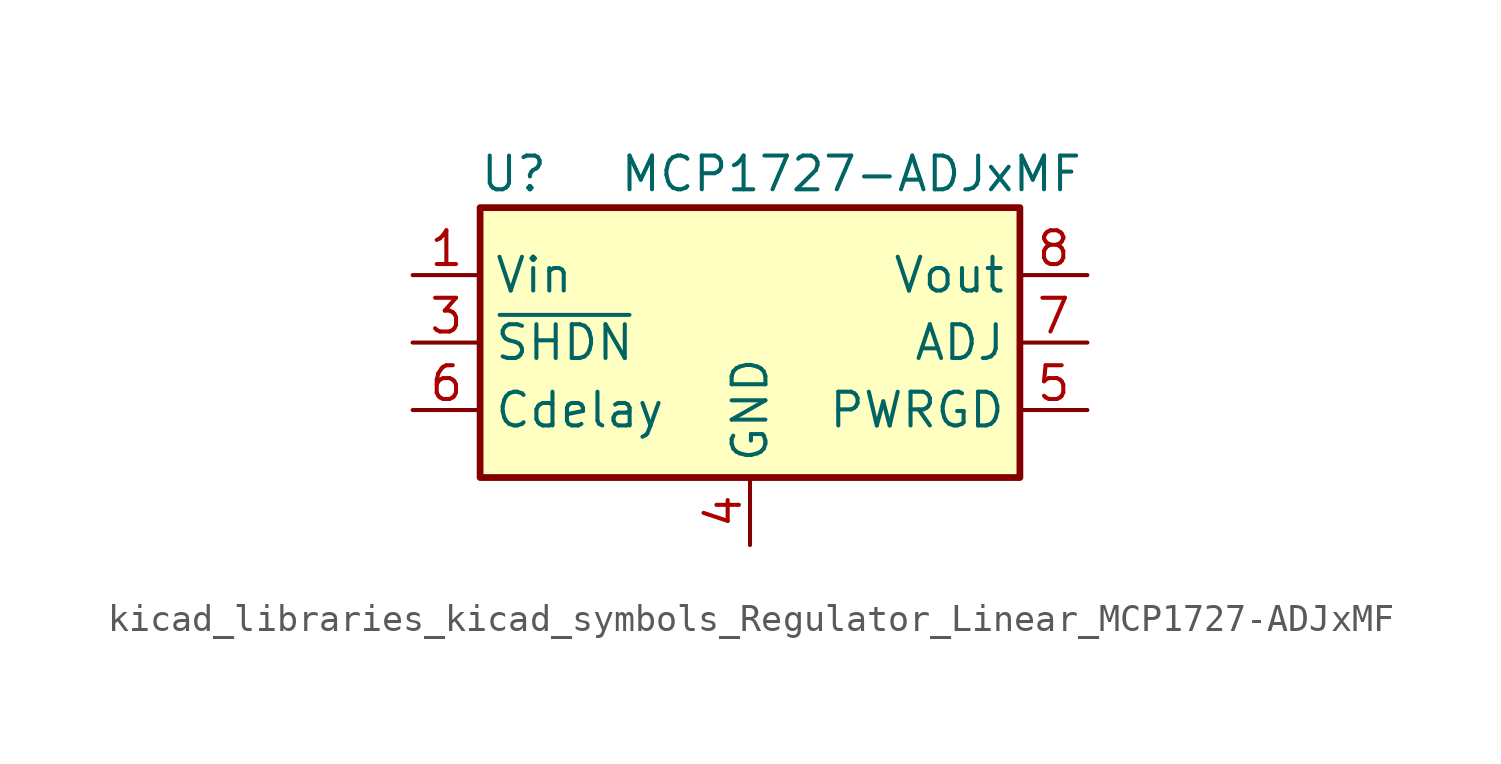
<source format=kicad_sym>
(kicad_symbol_lib
  (version 20220914)
  (generator kicad_symbol_editor)
  (symbol "kicad_libraries_kicad_symbols_Regulator_Linear_MCP1727-ADJxMF"
    (property "Reference" "U"
      (at -8.89 6.35 0)
      (effects (font (size 1.27 1.27))))
    (property "Value" "MCP1727-ADJxMF"
      (at 3.81 6.35 0)
      (effects (font (size 1.27 1.27))))
    (symbol "kicad_libraries_kicad_symbols_Regulator_Linear_MCP1727-ADJxMF_0_0"
      (pin power_in line (at 0 -7.62 90) (length 2.54) (name "GND" (effects (font (size 1.27 1.27)))) (number "4" (effects (font (size 1.27 1.27)))))
      (pin open_collector line (at 12.7 -2.54 180) (length 2.54) (name "PWRGD" (effects (font (size 1.27 1.27)))) (number "5" (effects (font (size 1.27 1.27)))))
      (pin input line (at -12.7 -2.54 0) (length 2.54) (name "Cdelay" (effects (font (size 1.27 1.27)))) (number "6" (effects (font (size 1.27 1.27)))))
      (pin input line (at 12.7 0 180) (length 2.54) (name "ADJ" (effects (font (size 1.27 1.27)))) (number "7" (effects (font (size 1.27 1.27)))))
      (pin power_out line (at 12.7 2.54 180) (length 2.54) (name "Vout" (effects (font (size 1.27 1.27)))) (number "8" (effects (font (size 1.27 1.27)))))
      (pin passive line (at 0 -7.62 90) (length 2.54) hide (name "GND" (effects (font (size 1.27 1.27)))) (number "9" (effects (font (size 1.27 1.27))))))
    (symbol "kicad_libraries_kicad_symbols_Regulator_Linear_MCP1727-ADJxMF_0_1"
      (rectangle (start -10.16 5.08) (end 10.16 -5.08) (stroke (width 0.254) (type default)) (fill (type background))))
    (symbol "kicad_libraries_kicad_symbols_Regulator_Linear_MCP1727-ADJxMF_1_1"
      (pin power_in line (at -12.7 2.54 0) (length 2.54) (name "Vin" (effects (font (size 1.27 1.27)))) (number "1" (effects (font (size 1.27 1.27)))))
      (pin passive line (at -12.7 2.54 0) (length 2.54) hide (name "Vin" (effects (font (size 1.27 1.27)))) (number "2" (effects (font (size 1.27 1.27)))))
      (pin input line (at -12.7 0 0) (length 2.54) (name "~{SHDN}" (effects (font (size 1.27 1.27)))) (number "3" (effects (font (size 1.27 1.27))))))))
</source>
